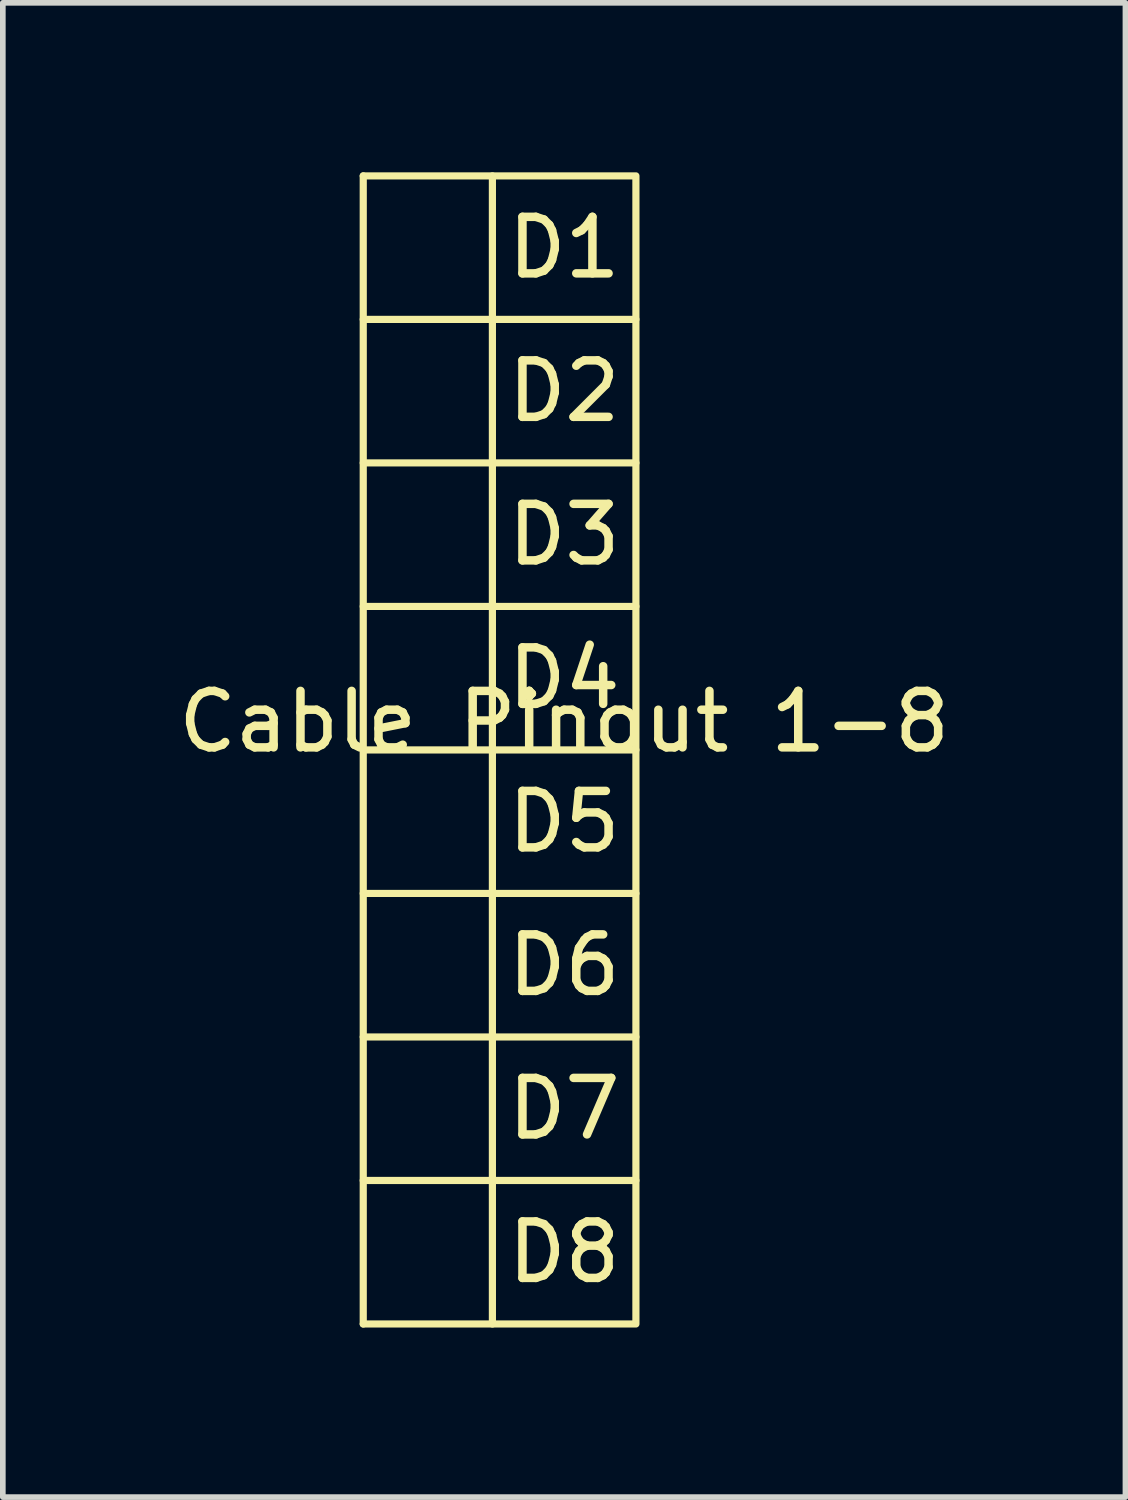
<source format=kicad_pcb>
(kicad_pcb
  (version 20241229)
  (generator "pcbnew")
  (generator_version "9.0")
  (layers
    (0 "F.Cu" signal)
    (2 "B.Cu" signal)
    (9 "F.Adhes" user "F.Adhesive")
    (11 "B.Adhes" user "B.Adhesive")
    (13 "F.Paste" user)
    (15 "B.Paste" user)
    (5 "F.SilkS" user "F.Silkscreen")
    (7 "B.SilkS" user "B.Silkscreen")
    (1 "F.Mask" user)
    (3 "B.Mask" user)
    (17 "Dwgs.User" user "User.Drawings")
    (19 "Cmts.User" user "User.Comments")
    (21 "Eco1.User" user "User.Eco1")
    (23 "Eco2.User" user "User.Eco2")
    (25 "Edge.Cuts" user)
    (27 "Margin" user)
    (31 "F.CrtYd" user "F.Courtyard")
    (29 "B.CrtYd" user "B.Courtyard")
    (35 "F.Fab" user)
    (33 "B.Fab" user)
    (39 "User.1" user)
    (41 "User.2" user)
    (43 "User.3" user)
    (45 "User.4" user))
  (footprint "Cable Pinout 1-8"
    (layer "F.Cu")
    (at 6.935 10.223)
    (property "Reference" "Cable Pinout 1-8" (at 0 -0.5 0) (unlocked yes) (layer "F.SilkS") (effects (font (size 1 1) (thickness 0.15))))
    (attr smd)
    (fp_line (start -3.556 -10.16) (end -1.27 -10.16) (stroke (width 0.127) (type default)) (layer "F.SilkS"))
    (fp_line (start -3.556 10.16) (end -3.556 -10.16) (stroke (width 0.127) (type default)) (layer "F.SilkS"))
    (fp_line (start -1.27 -7.62) (end -3.556 -7.62) (stroke (width 0.127) (type default)) (layer "F.SilkS"))
    (fp_line (start -1.27 -7.62) (end 1.27 -7.62) (stroke (width 0.127) (type default)) (layer "F.SilkS"))
    (fp_line (start -1.27 -5.08) (end -3.556 -5.08) (stroke (width 0.127) (type default)) (layer "F.SilkS"))
    (fp_line (start -1.27 -5.08) (end 1.27 -5.08) (stroke (width 0.127) (type default)) (layer "F.SilkS"))
    (fp_line (start -1.27 -2.54) (end -3.556 -2.54) (stroke (width 0.127) (type default)) (layer "F.SilkS"))
    (fp_line (start -1.27 -2.54) (end 1.27 -2.54) (stroke (width 0.127) (type default)) (layer "F.SilkS"))
    (fp_line (start -1.27 0) (end -3.556 0) (stroke (width 0.127) (type default)) (layer "F.SilkS"))
    (fp_line (start -1.27 0) (end 1.27 0) (stroke (width 0.127) (type default)) (layer "F.SilkS"))
    (fp_line (start -1.27 2.54) (end -3.556 2.54) (stroke (width 0.127) (type default)) (layer "F.SilkS"))
    (fp_line (start -1.27 2.54) (end 1.27 2.54) (stroke (width 0.127) (type default)) (layer "F.SilkS"))
    (fp_line (start -1.27 5.08) (end -3.556 5.08) (stroke (width 0.127) (type default)) (layer "F.SilkS"))
    (fp_line (start -1.27 5.08) (end 1.27 5.08) (stroke (width 0.127) (type default)) (layer "F.SilkS"))
    (fp_line (start -1.27 7.62) (end -3.556 7.62) (stroke (width 0.127) (type default)) (layer "F.SilkS"))
    (fp_line (start -1.27 7.62) (end 1.27 7.62) (stroke (width 0.127) (type default)) (layer "F.SilkS"))
    (fp_line (start -1.27 10.16) (end -3.556 10.16) (stroke (width 0.127) (type default)) (layer "F.SilkS"))
    (fp_rect (start -1.27 -10.16) (end 1.27 10.16) (stroke (width 0.127) (type default)) (fill no) (layer "F.SilkS"))
    (fp_text user "D1" (at 0 -8.89 0) (unlocked yes) (layer "F.SilkS") (effects (font (size 1 1) (thickness 0.15))))
    (fp_text user "D4" (at 0 -1.27 0) (unlocked yes) (layer "F.SilkS") (effects (font (size 1 1) (thickness 0.15))))
    (fp_text user "D3" (at 0 -3.81 0) (unlocked yes) (layer "F.SilkS") (effects (font (size 1 1) (thickness 0.15))))
    (fp_text user "D5" (at 0 1.27 0) (unlocked yes) (layer "F.SilkS") (effects (font (size 1 1) (thickness 0.15))))
    (fp_text user "D6" (at 0 3.81 0) (unlocked yes) (layer "F.SilkS") (effects (font (size 1 1) (thickness 0.15))))
    (fp_text user "D8" (at 0 8.89 0) (unlocked yes) (layer "F.SilkS") (effects (font (size 1 1) (thickness 0.15))))
    (fp_text user "D7" (at 0 6.35 0) (unlocked yes) (layer "F.SilkS") (effects (font (size 1 1) (thickness 0.15))))
    (fp_text user "D2" (at 0 -6.35 0) (unlocked yes) (layer "F.SilkS") (effects (font (size 1 1) (thickness 0.15)))))
  (gr_rect
    (start -3 -3)
    (end 16.869 23.447)
    (stroke (width 0.1) (type default))
    (fill no)
    (layer "Edge.Cuts")))
</source>
